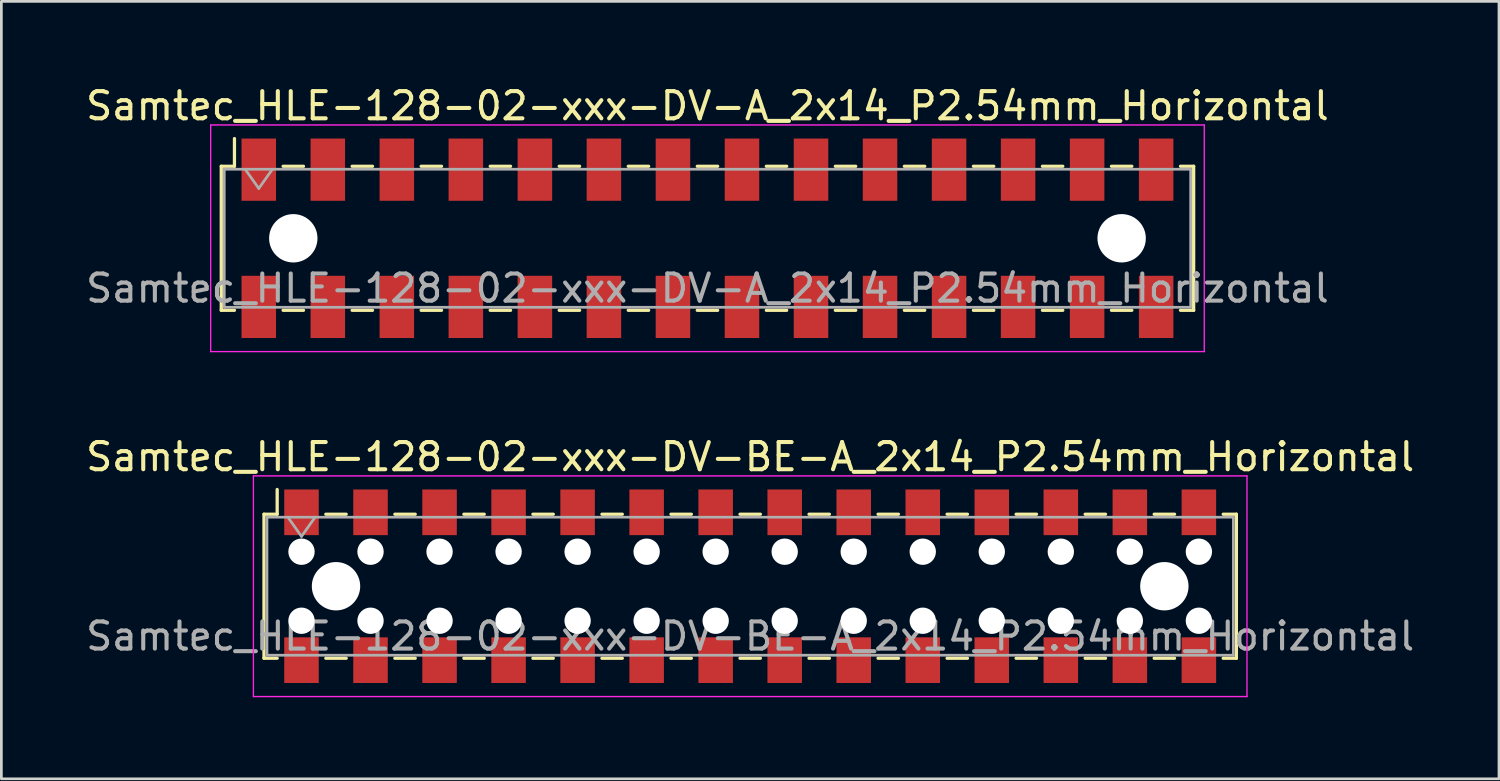
<source format=kicad_pcb>
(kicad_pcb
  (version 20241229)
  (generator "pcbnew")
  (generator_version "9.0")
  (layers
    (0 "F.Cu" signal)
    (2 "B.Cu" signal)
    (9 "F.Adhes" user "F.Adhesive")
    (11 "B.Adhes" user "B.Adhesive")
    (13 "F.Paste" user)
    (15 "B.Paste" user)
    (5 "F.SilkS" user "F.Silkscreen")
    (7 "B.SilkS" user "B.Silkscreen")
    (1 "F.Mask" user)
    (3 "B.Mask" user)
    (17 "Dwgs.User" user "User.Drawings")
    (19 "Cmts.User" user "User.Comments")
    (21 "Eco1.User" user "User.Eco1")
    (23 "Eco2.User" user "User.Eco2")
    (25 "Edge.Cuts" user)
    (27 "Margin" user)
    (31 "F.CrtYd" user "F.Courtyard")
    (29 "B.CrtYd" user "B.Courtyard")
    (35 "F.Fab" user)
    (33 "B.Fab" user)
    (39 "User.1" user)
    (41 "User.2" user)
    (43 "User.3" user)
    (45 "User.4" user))
  (footprint "Samtec_HLE-128-02-xxx-DV-BE-A_2x14_P2.54mm_Horizontal"
    (layer "F.Cu")
    (at 24.554 18.521)
    (property "Reference" "Samtec_HLE-128-02-xxx-DV-BE-A_2x14_P2.54mm_Horizontal" (at 0 -4.76 0) (layer "F.SilkS") (effects (font (size 1 1) (thickness 0.15))))
    (attr smd)
    (fp_line (start -17.89 -2.65) (end -17.89 2.65) (stroke (width 0.12) (type solid)) (layer "F.SilkS"))
    (fp_line (start -17.89 2.65) (end -17.405 2.65) (stroke (width 0.12) (type solid)) (layer "F.SilkS"))
    (fp_line (start -17.405 -3.56) (end -17.405 -2.65) (stroke (width 0.12) (type solid)) (layer "F.SilkS"))
    (fp_line (start -17.405 -2.65) (end -17.89 -2.65) (stroke (width 0.12) (type solid)) (layer "F.SilkS"))
    (fp_line (start -15.615 -2.65) (end -14.865 -2.65) (stroke (width 0.12) (type solid)) (layer "F.SilkS"))
    (fp_line (start -15.615 2.65) (end -14.865 2.65) (stroke (width 0.12) (type solid)) (layer "F.SilkS"))
    (fp_line (start -13.075 -2.65) (end -12.325 -2.65) (stroke (width 0.12) (type solid)) (layer "F.SilkS"))
    (fp_line (start -13.075 2.65) (end -12.325 2.65) (stroke (width 0.12) (type solid)) (layer "F.SilkS"))
    (fp_line (start -10.535 -2.65) (end -9.785 -2.65) (stroke (width 0.12) (type solid)) (layer "F.SilkS"))
    (fp_line (start -10.535 2.65) (end -9.785 2.65) (stroke (width 0.12) (type solid)) (layer "F.SilkS"))
    (fp_line (start -7.995 -2.65) (end -7.245 -2.65) (stroke (width 0.12) (type solid)) (layer "F.SilkS"))
    (fp_line (start -7.995 2.65) (end -7.245 2.65) (stroke (width 0.12) (type solid)) (layer "F.SilkS"))
    (fp_line (start -5.455 -2.65) (end -4.705 -2.65) (stroke (width 0.12) (type solid)) (layer "F.SilkS"))
    (fp_line (start -5.455 2.65) (end -4.705 2.65) (stroke (width 0.12) (type solid)) (layer "F.SilkS"))
    (fp_line (start -2.915 -2.65) (end -2.165 -2.65) (stroke (width 0.12) (type solid)) (layer "F.SilkS"))
    (fp_line (start -2.915 2.65) (end -2.165 2.65) (stroke (width 0.12) (type solid)) (layer "F.SilkS"))
    (fp_line (start -0.375 -2.65) (end 0.375 -2.65) (stroke (width 0.12) (type solid)) (layer "F.SilkS"))
    (fp_line (start -0.375 2.65) (end 0.375 2.65) (stroke (width 0.12) (type solid)) (layer "F.SilkS"))
    (fp_line (start 2.165 -2.65) (end 2.915 -2.65) (stroke (width 0.12) (type solid)) (layer "F.SilkS"))
    (fp_line (start 2.165 2.65) (end 2.915 2.65) (stroke (width 0.12) (type solid)) (layer "F.SilkS"))
    (fp_line (start 4.705 -2.65) (end 5.455 -2.65) (stroke (width 0.12) (type solid)) (layer "F.SilkS"))
    (fp_line (start 4.705 2.65) (end 5.455 2.65) (stroke (width 0.12) (type solid)) (layer "F.SilkS"))
    (fp_line (start 7.245 -2.65) (end 7.995 -2.65) (stroke (width 0.12) (type solid)) (layer "F.SilkS"))
    (fp_line (start 7.245 2.65) (end 7.995 2.65) (stroke (width 0.12) (type solid)) (layer "F.SilkS"))
    (fp_line (start 9.785 -2.65) (end 10.535 -2.65) (stroke (width 0.12) (type solid)) (layer "F.SilkS"))
    (fp_line (start 9.785 2.65) (end 10.535 2.65) (stroke (width 0.12) (type solid)) (layer "F.SilkS"))
    (fp_line (start 12.325 -2.65) (end 13.075 -2.65) (stroke (width 0.12) (type solid)) (layer "F.SilkS"))
    (fp_line (start 12.325 2.65) (end 13.075 2.65) (stroke (width 0.12) (type solid)) (layer "F.SilkS"))
    (fp_line (start 14.865 -2.65) (end 15.615 -2.65) (stroke (width 0.12) (type solid)) (layer "F.SilkS"))
    (fp_line (start 14.865 2.65) (end 15.615 2.65) (stroke (width 0.12) (type solid)) (layer "F.SilkS"))
    (fp_line (start 17.405 -2.65) (end 17.89 -2.65) (stroke (width 0.12) (type solid)) (layer "F.SilkS"))
    (fp_line (start 17.89 -2.65) (end 17.89 2.65) (stroke (width 0.12) (type solid)) (layer "F.SilkS"))
    (fp_line (start 17.89 2.65) (end 17.405 2.65) (stroke (width 0.12) (type solid)) (layer "F.SilkS"))
    (fp_line (start -18.28 -4.06) (end 18.28 -4.06) (stroke (width 0.05) (type solid)) (layer "F.CrtYd"))
    (fp_line (start -18.28 4.06) (end -18.28 -4.06) (stroke (width 0.05) (type solid)) (layer "F.CrtYd"))
    (fp_line (start 18.28 -4.06) (end 18.28 4.06) (stroke (width 0.05) (type solid)) (layer "F.CrtYd"))
    (fp_line (start 18.28 4.06) (end -18.28 4.06) (stroke (width 0.05) (type solid)) (layer "F.CrtYd"))
    (fp_line (start -17.78 -2.54) (end 17.78 -2.54) (stroke (width 0.1) (type solid)) (layer "F.Fab"))
    (fp_line (start -17.78 2.54) (end -17.78 -2.54) (stroke (width 0.1) (type solid)) (layer "F.Fab"))
    (fp_line (start -17.01 -2.54) (end -16.51 -1.833) (stroke (width 0.1) (type solid)) (layer "F.Fab"))
    (fp_line (start -16.51 -1.833) (end -16.01 -2.54) (stroke (width 0.1) (type solid)) (layer "F.Fab"))
    (fp_line (start 17.78 -2.54) (end 17.78 2.54) (stroke (width 0.1) (type solid)) (layer "F.Fab"))
    (fp_line (start 17.78 2.54) (end -17.78 2.54) (stroke (width 0.1) (type solid)) (layer "F.Fab"))
    (fp_text user "${REFERENCE}" (at 0 1.84 0) (layer "F.Fab") (effects (font (size 1 1) (thickness 0.15))))
    (pad "" np_thru_hole circle (at -16.51 -1.27) (size 0.97 0.97) (drill 0.97) (layers "*.Cu" "*.Mask"))
    (pad "" np_thru_hole circle (at -16.51 1.27) (size 0.97 0.97) (drill 0.97) (layers "*.Cu" "*.Mask"))
    (pad "" np_thru_hole circle (at -15.24 0) (size 1.78 1.78) (drill 1.78) (layers "*.Cu" "*.Mask"))
    (pad "" np_thru_hole circle (at -13.97 -1.27) (size 0.97 0.97) (drill 0.97) (layers "*.Cu" "*.Mask"))
    (pad "" np_thru_hole circle (at -13.97 1.27) (size 0.97 0.97) (drill 0.97) (layers "*.Cu" "*.Mask"))
    (pad "" np_thru_hole circle (at -11.43 -1.27) (size 0.97 0.97) (drill 0.97) (layers "*.Cu" "*.Mask"))
    (pad "" np_thru_hole circle (at -11.43 1.27) (size 0.97 0.97) (drill 0.97) (layers "*.Cu" "*.Mask"))
    (pad "" np_thru_hole circle (at -8.89 -1.27) (size 0.97 0.97) (drill 0.97) (layers "*.Cu" "*.Mask"))
    (pad "" np_thru_hole circle (at -8.89 1.27) (size 0.97 0.97) (drill 0.97) (layers "*.Cu" "*.Mask"))
    (pad "" np_thru_hole circle (at -6.35 -1.27) (size 0.97 0.97) (drill 0.97) (layers "*.Cu" "*.Mask"))
    (pad "" np_thru_hole circle (at -6.35 1.27) (size 0.97 0.97) (drill 0.97) (layers "*.Cu" "*.Mask"))
    (pad "" np_thru_hole circle (at -3.81 -1.27) (size 0.97 0.97) (drill 0.97) (layers "*.Cu" "*.Mask"))
    (pad "" np_thru_hole circle (at -3.81 1.27) (size 0.97 0.97) (drill 0.97) (layers "*.Cu" "*.Mask"))
    (pad "" np_thru_hole circle (at -1.27 -1.27) (size 0.97 0.97) (drill 0.97) (layers "*.Cu" "*.Mask"))
    (pad "" np_thru_hole circle (at -1.27 1.27) (size 0.97 0.97) (drill 0.97) (layers "*.Cu" "*.Mask"))
    (pad "" np_thru_hole circle (at 1.27 -1.27) (size 0.97 0.97) (drill 0.97) (layers "*.Cu" "*.Mask"))
    (pad "" np_thru_hole circle (at 1.27 1.27) (size 0.97 0.97) (drill 0.97) (layers "*.Cu" "*.Mask"))
    (pad "" np_thru_hole circle (at 3.81 -1.27) (size 0.97 0.97) (drill 0.97) (layers "*.Cu" "*.Mask"))
    (pad "" np_thru_hole circle (at 3.81 1.27) (size 0.97 0.97) (drill 0.97) (layers "*.Cu" "*.Mask"))
    (pad "" np_thru_hole circle (at 6.35 -1.27) (size 0.97 0.97) (drill 0.97) (layers "*.Cu" "*.Mask"))
    (pad "" np_thru_hole circle (at 6.35 1.27) (size 0.97 0.97) (drill 0.97) (layers "*.Cu" "*.Mask"))
    (pad "" np_thru_hole circle (at 8.89 -1.27) (size 0.97 0.97) (drill 0.97) (layers "*.Cu" "*.Mask"))
    (pad "" np_thru_hole circle (at 8.89 1.27) (size 0.97 0.97) (drill 0.97) (layers "*.Cu" "*.Mask"))
    (pad "" np_thru_hole circle (at 11.43 -1.27) (size 0.97 0.97) (drill 0.97) (layers "*.Cu" "*.Mask"))
    (pad "" np_thru_hole circle (at 11.43 1.27) (size 0.97 0.97) (drill 0.97) (layers "*.Cu" "*.Mask"))
    (pad "" np_thru_hole circle (at 13.97 -1.27) (size 0.97 0.97) (drill 0.97) (layers "*.Cu" "*.Mask"))
    (pad "" np_thru_hole circle (at 13.97 1.27) (size 0.97 0.97) (drill 0.97) (layers "*.Cu" "*.Mask"))
    (pad "" np_thru_hole circle (at 15.24 0) (size 1.78 1.78) (drill 1.78) (layers "*.Cu" "*.Mask"))
    (pad "" np_thru_hole circle (at 16.51 -1.27) (size 0.97 0.97) (drill 0.97) (layers "*.Cu" "*.Mask"))
    (pad "" np_thru_hole circle (at 16.51 1.27) (size 0.97 0.97) (drill 0.97) (layers "*.Cu" "*.Mask"))
    (pad "1" smd rect (at -16.51 -2.72) (size 1.27 1.68) (layers "F.Cu" "F.Mask" "F.Paste"))
    (pad "2" smd rect (at -16.51 2.72) (size 1.27 1.68) (layers "F.Cu" "F.Mask" "F.Paste"))
    (pad "3" smd rect (at -13.97 -2.72) (size 1.27 1.68) (layers "F.Cu" "F.Mask" "F.Paste"))
    (pad "4" smd rect (at -13.97 2.72) (size 1.27 1.68) (layers "F.Cu" "F.Mask" "F.Paste"))
    (pad "5" smd rect (at -11.43 -2.72) (size 1.27 1.68) (layers "F.Cu" "F.Mask" "F.Paste"))
    (pad "6" smd rect (at -11.43 2.72) (size 1.27 1.68) (layers "F.Cu" "F.Mask" "F.Paste"))
    (pad "7" smd rect (at -8.89 -2.72) (size 1.27 1.68) (layers "F.Cu" "F.Mask" "F.Paste"))
    (pad "8" smd rect (at -8.89 2.72) (size 1.27 1.68) (layers "F.Cu" "F.Mask" "F.Paste"))
    (pad "9" smd rect (at -6.35 -2.72) (size 1.27 1.68) (layers "F.Cu" "F.Mask" "F.Paste"))
    (pad "10" smd rect (at -6.35 2.72) (size 1.27 1.68) (layers "F.Cu" "F.Mask" "F.Paste"))
    (pad "11" smd rect (at -3.81 -2.72) (size 1.27 1.68) (layers "F.Cu" "F.Mask" "F.Paste"))
    (pad "12" smd rect (at -3.81 2.72) (size 1.27 1.68) (layers "F.Cu" "F.Mask" "F.Paste"))
    (pad "13" smd rect (at -1.27 -2.72) (size 1.27 1.68) (layers "F.Cu" "F.Mask" "F.Paste"))
    (pad "14" smd rect (at -1.27 2.72) (size 1.27 1.68) (layers "F.Cu" "F.Mask" "F.Paste"))
    (pad "15" smd rect (at 1.27 -2.72) (size 1.27 1.68) (layers "F.Cu" "F.Mask" "F.Paste"))
    (pad "16" smd rect (at 1.27 2.72) (size 1.27 1.68) (layers "F.Cu" "F.Mask" "F.Paste"))
    (pad "17" smd rect (at 3.81 -2.72) (size 1.27 1.68) (layers "F.Cu" "F.Mask" "F.Paste"))
    (pad "18" smd rect (at 3.81 2.72) (size 1.27 1.68) (layers "F.Cu" "F.Mask" "F.Paste"))
    (pad "19" smd rect (at 6.35 -2.72) (size 1.27 1.68) (layers "F.Cu" "F.Mask" "F.Paste"))
    (pad "20" smd rect (at 6.35 2.72) (size 1.27 1.68) (layers "F.Cu" "F.Mask" "F.Paste"))
    (pad "21" smd rect (at 8.89 -2.72) (size 1.27 1.68) (layers "F.Cu" "F.Mask" "F.Paste"))
    (pad "22" smd rect (at 8.89 2.72) (size 1.27 1.68) (layers "F.Cu" "F.Mask" "F.Paste"))
    (pad "23" smd rect (at 11.43 -2.72) (size 1.27 1.68) (layers "F.Cu" "F.Mask" "F.Paste"))
    (pad "24" smd rect (at 11.43 2.72) (size 1.27 1.68) (layers "F.Cu" "F.Mask" "F.Paste"))
    (pad "25" smd rect (at 13.97 -2.72) (size 1.27 1.68) (layers "F.Cu" "F.Mask" "F.Paste"))
    (pad "26" smd rect (at 13.97 2.72) (size 1.27 1.68) (layers "F.Cu" "F.Mask" "F.Paste"))
    (pad "27" smd rect (at 16.51 -2.72) (size 1.27 1.68) (layers "F.Cu" "F.Mask" "F.Paste"))
    (pad "28" smd rect (at 16.51 2.72) (size 1.27 1.68) (layers "F.Cu" "F.Mask" "F.Paste")))
  (footprint "Samtec_HLE-128-02-xxx-DV-A_2x14_P2.54mm_Horizontal"
    (layer "F.Cu")
    (at 22.982 5.718)
    (property "Reference" "Samtec_HLE-128-02-xxx-DV-A_2x14_P2.54mm_Horizontal" (at 0 -4.87 0) (layer "F.SilkS") (effects (font (size 1 1) (thickness 0.15))))
    (attr smd)
    (fp_line (start -17.89 -2.65) (end -17.89 2.65) (stroke (width 0.12) (type solid)) (layer "F.SilkS"))
    (fp_line (start -17.89 2.65) (end -17.405 2.65) (stroke (width 0.12) (type solid)) (layer "F.SilkS"))
    (fp_line (start -17.405 -3.67) (end -17.405 -2.65) (stroke (width 0.12) (type solid)) (layer "F.SilkS"))
    (fp_line (start -17.405 -2.65) (end -17.89 -2.65) (stroke (width 0.12) (type solid)) (layer "F.SilkS"))
    (fp_line (start -15.615 -2.65) (end -14.865 -2.65) (stroke (width 0.12) (type solid)) (layer "F.SilkS"))
    (fp_line (start -15.615 2.65) (end -14.865 2.65) (stroke (width 0.12) (type solid)) (layer "F.SilkS"))
    (fp_line (start -13.075 -2.65) (end -12.325 -2.65) (stroke (width 0.12) (type solid)) (layer "F.SilkS"))
    (fp_line (start -13.075 2.65) (end -12.325 2.65) (stroke (width 0.12) (type solid)) (layer "F.SilkS"))
    (fp_line (start -10.535 -2.65) (end -9.785 -2.65) (stroke (width 0.12) (type solid)) (layer "F.SilkS"))
    (fp_line (start -10.535 2.65) (end -9.785 2.65) (stroke (width 0.12) (type solid)) (layer "F.SilkS"))
    (fp_line (start -7.995 -2.65) (end -7.245 -2.65) (stroke (width 0.12) (type solid)) (layer "F.SilkS"))
    (fp_line (start -7.995 2.65) (end -7.245 2.65) (stroke (width 0.12) (type solid)) (layer "F.SilkS"))
    (fp_line (start -5.455 -2.65) (end -4.705 -2.65) (stroke (width 0.12) (type solid)) (layer "F.SilkS"))
    (fp_line (start -5.455 2.65) (end -4.705 2.65) (stroke (width 0.12) (type solid)) (layer "F.SilkS"))
    (fp_line (start -2.915 -2.65) (end -2.165 -2.65) (stroke (width 0.12) (type solid)) (layer "F.SilkS"))
    (fp_line (start -2.915 2.65) (end -2.165 2.65) (stroke (width 0.12) (type solid)) (layer "F.SilkS"))
    (fp_line (start -0.375 -2.65) (end 0.375 -2.65) (stroke (width 0.12) (type solid)) (layer "F.SilkS"))
    (fp_line (start -0.375 2.65) (end 0.375 2.65) (stroke (width 0.12) (type solid)) (layer "F.SilkS"))
    (fp_line (start 2.165 -2.65) (end 2.915 -2.65) (stroke (width 0.12) (type solid)) (layer "F.SilkS"))
    (fp_line (start 2.165 2.65) (end 2.915 2.65) (stroke (width 0.12) (type solid)) (layer "F.SilkS"))
    (fp_line (start 4.705 -2.65) (end 5.455 -2.65) (stroke (width 0.12) (type solid)) (layer "F.SilkS"))
    (fp_line (start 4.705 2.65) (end 5.455 2.65) (stroke (width 0.12) (type solid)) (layer "F.SilkS"))
    (fp_line (start 7.245 -2.65) (end 7.995 -2.65) (stroke (width 0.12) (type solid)) (layer "F.SilkS"))
    (fp_line (start 7.245 2.65) (end 7.995 2.65) (stroke (width 0.12) (type solid)) (layer "F.SilkS"))
    (fp_line (start 9.785 -2.65) (end 10.535 -2.65) (stroke (width 0.12) (type solid)) (layer "F.SilkS"))
    (fp_line (start 9.785 2.65) (end 10.535 2.65) (stroke (width 0.12) (type solid)) (layer "F.SilkS"))
    (fp_line (start 12.325 -2.65) (end 13.075 -2.65) (stroke (width 0.12) (type solid)) (layer "F.SilkS"))
    (fp_line (start 12.325 2.65) (end 13.075 2.65) (stroke (width 0.12) (type solid)) (layer "F.SilkS"))
    (fp_line (start 14.865 -2.65) (end 15.615 -2.65) (stroke (width 0.12) (type solid)) (layer "F.SilkS"))
    (fp_line (start 14.865 2.65) (end 15.615 2.65) (stroke (width 0.12) (type solid)) (layer "F.SilkS"))
    (fp_line (start 17.405 -2.65) (end 17.89 -2.65) (stroke (width 0.12) (type solid)) (layer "F.SilkS"))
    (fp_line (start 17.89 -2.65) (end 17.89 2.65) (stroke (width 0.12) (type solid)) (layer "F.SilkS"))
    (fp_line (start 17.89 2.65) (end 17.405 2.65) (stroke (width 0.12) (type solid)) (layer "F.SilkS"))
    (fp_line (start -18.28 -4.17) (end 18.28 -4.17) (stroke (width 0.05) (type solid)) (layer "F.CrtYd"))
    (fp_line (start -18.28 4.17) (end -18.28 -4.17) (stroke (width 0.05) (type solid)) (layer "F.CrtYd"))
    (fp_line (start 18.28 -4.17) (end 18.28 4.17) (stroke (width 0.05) (type solid)) (layer "F.CrtYd"))
    (fp_line (start 18.28 4.17) (end -18.28 4.17) (stroke (width 0.05) (type solid)) (layer "F.CrtYd"))
    (fp_line (start -17.78 -2.54) (end 17.78 -2.54) (stroke (width 0.1) (type solid)) (layer "F.Fab"))
    (fp_line (start -17.78 2.54) (end -17.78 -2.54) (stroke (width 0.1) (type solid)) (layer "F.Fab"))
    (fp_line (start -17.01 -2.54) (end -16.51 -1.833) (stroke (width 0.1) (type solid)) (layer "F.Fab"))
    (fp_line (start -16.51 -1.833) (end -16.01 -2.54) (stroke (width 0.1) (type solid)) (layer "F.Fab"))
    (fp_line (start 17.78 -2.54) (end 17.78 2.54) (stroke (width 0.1) (type solid)) (layer "F.Fab"))
    (fp_line (start 17.78 2.54) (end -17.78 2.54) (stroke (width 0.1) (type solid)) (layer "F.Fab"))
    (fp_text user "${REFERENCE}" (at 0 1.84 0) (layer "F.Fab") (effects (font (size 1 1) (thickness 0.15))))
    (pad "" np_thru_hole circle (at -15.24 0) (size 1.78 1.78) (drill 1.78) (layers "*.Cu" "*.Mask"))
    (pad "" np_thru_hole circle (at 15.24 0) (size 1.78 1.78) (drill 1.78) (layers "*.Cu" "*.Mask"))
    (pad "1" smd rect (at -16.51 -2.525) (size 1.27 2.29) (layers "F.Cu" "F.Mask" "F.Paste"))
    (pad "2" smd rect (at -16.51 2.525) (size 1.27 2.29) (layers "F.Cu" "F.Mask" "F.Paste"))
    (pad "3" smd rect (at -13.97 -2.525) (size 1.27 2.29) (layers "F.Cu" "F.Mask" "F.Paste"))
    (pad "4" smd rect (at -13.97 2.525) (size 1.27 2.29) (layers "F.Cu" "F.Mask" "F.Paste"))
    (pad "5" smd rect (at -11.43 -2.525) (size 1.27 2.29) (layers "F.Cu" "F.Mask" "F.Paste"))
    (pad "6" smd rect (at -11.43 2.525) (size 1.27 2.29) (layers "F.Cu" "F.Mask" "F.Paste"))
    (pad "7" smd rect (at -8.89 -2.525) (size 1.27 2.29) (layers "F.Cu" "F.Mask" "F.Paste"))
    (pad "8" smd rect (at -8.89 2.525) (size 1.27 2.29) (layers "F.Cu" "F.Mask" "F.Paste"))
    (pad "9" smd rect (at -6.35 -2.525) (size 1.27 2.29) (layers "F.Cu" "F.Mask" "F.Paste"))
    (pad "10" smd rect (at -6.35 2.525) (size 1.27 2.29) (layers "F.Cu" "F.Mask" "F.Paste"))
    (pad "11" smd rect (at -3.81 -2.525) (size 1.27 2.29) (layers "F.Cu" "F.Mask" "F.Paste"))
    (pad "12" smd rect (at -3.81 2.525) (size 1.27 2.29) (layers "F.Cu" "F.Mask" "F.Paste"))
    (pad "13" smd rect (at -1.27 -2.525) (size 1.27 2.29) (layers "F.Cu" "F.Mask" "F.Paste"))
    (pad "14" smd rect (at -1.27 2.525) (size 1.27 2.29) (layers "F.Cu" "F.Mask" "F.Paste"))
    (pad "15" smd rect (at 1.27 -2.525) (size 1.27 2.29) (layers "F.Cu" "F.Mask" "F.Paste"))
    (pad "16" smd rect (at 1.27 2.525) (size 1.27 2.29) (layers "F.Cu" "F.Mask" "F.Paste"))
    (pad "17" smd rect (at 3.81 -2.525) (size 1.27 2.29) (layers "F.Cu" "F.Mask" "F.Paste"))
    (pad "18" smd rect (at 3.81 2.525) (size 1.27 2.29) (layers "F.Cu" "F.Mask" "F.Paste"))
    (pad "19" smd rect (at 6.35 -2.525) (size 1.27 2.29) (layers "F.Cu" "F.Mask" "F.Paste"))
    (pad "20" smd rect (at 6.35 2.525) (size 1.27 2.29) (layers "F.Cu" "F.Mask" "F.Paste"))
    (pad "21" smd rect (at 8.89 -2.525) (size 1.27 2.29) (layers "F.Cu" "F.Mask" "F.Paste"))
    (pad "22" smd rect (at 8.89 2.525) (size 1.27 2.29) (layers "F.Cu" "F.Mask" "F.Paste"))
    (pad "23" smd rect (at 11.43 -2.525) (size 1.27 2.29) (layers "F.Cu" "F.Mask" "F.Paste"))
    (pad "24" smd rect (at 11.43 2.525) (size 1.27 2.29) (layers "F.Cu" "F.Mask" "F.Paste"))
    (pad "25" smd rect (at 13.97 -2.525) (size 1.27 2.29) (layers "F.Cu" "F.Mask" "F.Paste"))
    (pad "26" smd rect (at 13.97 2.525) (size 1.27 2.29) (layers "F.Cu" "F.Mask" "F.Paste"))
    (pad "27" smd rect (at 16.51 -2.525) (size 1.27 2.29) (layers "F.Cu" "F.Mask" "F.Paste"))
    (pad "28" smd rect (at 16.51 2.525) (size 1.27 2.29) (layers "F.Cu" "F.Mask" "F.Paste")))
  (gr_rect
    (start -3 -3)
    (end 52.107 25.607)
    (stroke (width 0.1) (type default))
    (fill no)
    (layer "Edge.Cuts")))
</source>
